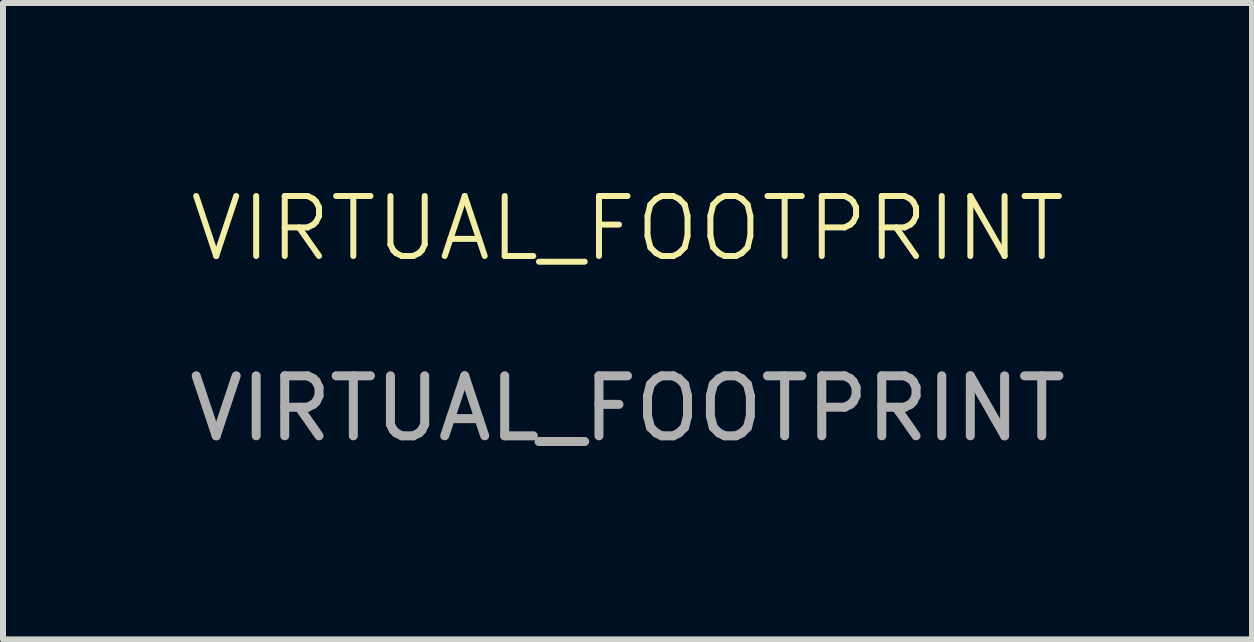
<source format=kicad_pcb>
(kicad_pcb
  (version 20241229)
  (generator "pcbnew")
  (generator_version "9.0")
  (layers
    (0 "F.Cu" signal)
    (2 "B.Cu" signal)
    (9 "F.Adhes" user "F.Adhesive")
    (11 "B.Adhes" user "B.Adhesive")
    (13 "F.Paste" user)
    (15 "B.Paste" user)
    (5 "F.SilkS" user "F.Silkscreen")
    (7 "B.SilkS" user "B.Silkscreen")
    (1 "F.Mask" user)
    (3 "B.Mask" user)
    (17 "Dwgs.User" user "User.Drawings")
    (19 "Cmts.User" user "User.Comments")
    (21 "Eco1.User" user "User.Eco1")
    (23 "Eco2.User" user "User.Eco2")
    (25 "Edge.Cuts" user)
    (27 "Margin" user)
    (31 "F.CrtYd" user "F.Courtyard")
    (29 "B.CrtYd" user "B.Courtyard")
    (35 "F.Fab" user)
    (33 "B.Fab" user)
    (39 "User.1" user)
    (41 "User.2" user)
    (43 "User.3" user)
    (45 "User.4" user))
  (footprint "VIRTUAL_FOOTPRINT"
    (layer "F.Cu")
    (at 7.411 1.26)
    (property "Reference" "VIRTUAL_FOOTPRINT" (at 0 -0.5 0) (unlocked yes) (layer "F.SilkS") (effects (font (size 1 1) (thickness 0.1))))
    (fp_text user "${REFERENCE}" (at 0 2.5 0) (unlocked yes) (layer "F.Fab") (effects (font (size 1 1) (thickness 0.15)))))
  (gr_rect
    (start -3 -3)
    (end 17.821 7.609)
    (stroke (width 0.1) (type default))
    (fill no)
    (layer "Edge.Cuts")))
</source>
